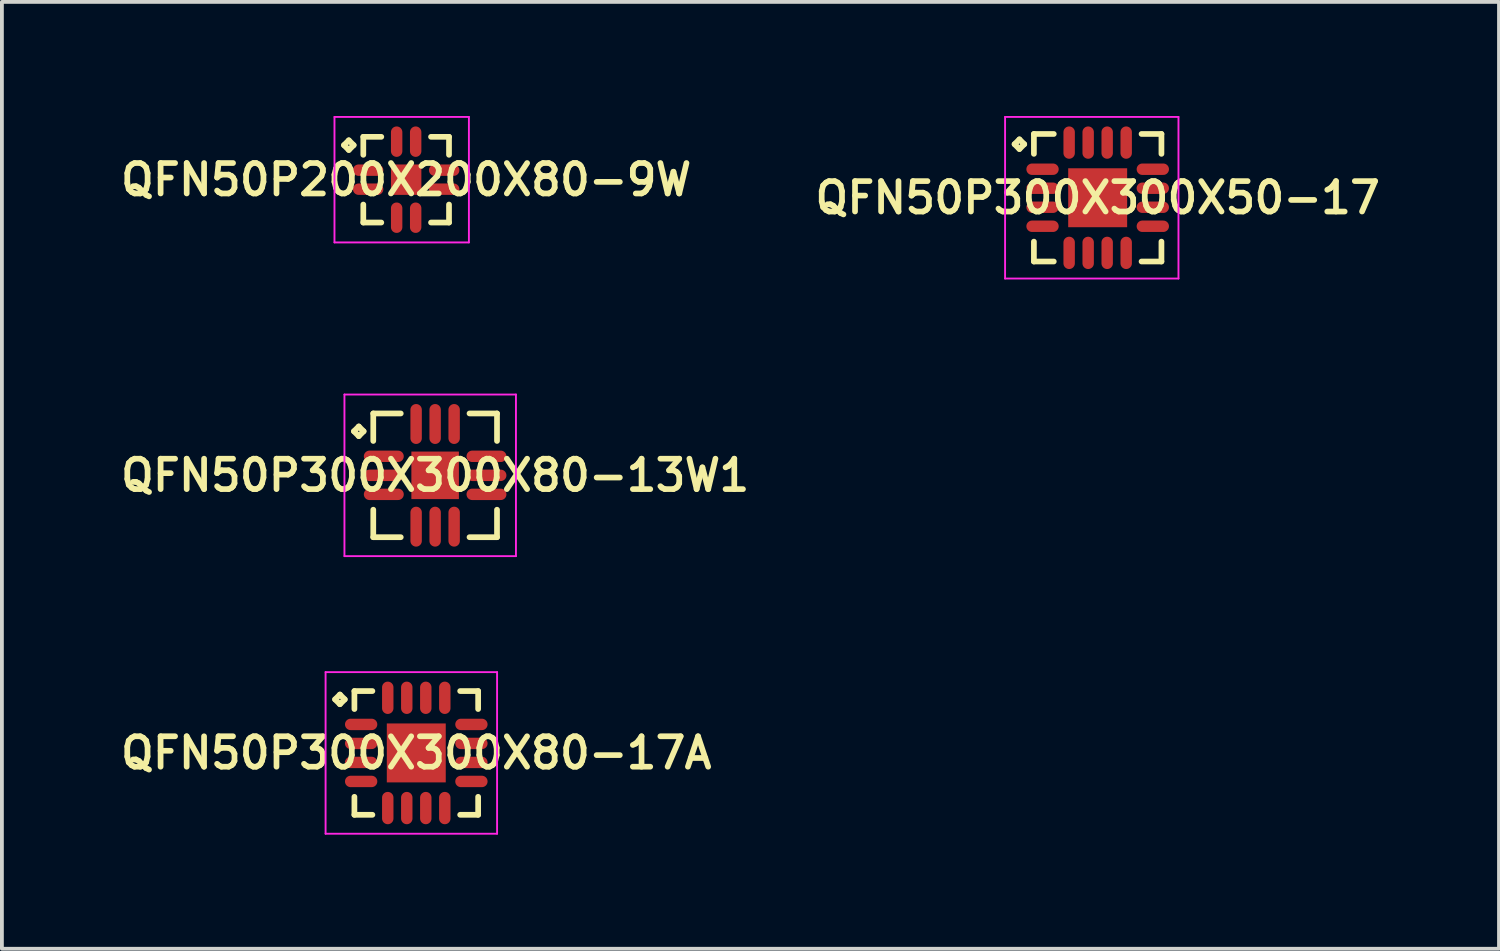
<source format=kicad_pcb>
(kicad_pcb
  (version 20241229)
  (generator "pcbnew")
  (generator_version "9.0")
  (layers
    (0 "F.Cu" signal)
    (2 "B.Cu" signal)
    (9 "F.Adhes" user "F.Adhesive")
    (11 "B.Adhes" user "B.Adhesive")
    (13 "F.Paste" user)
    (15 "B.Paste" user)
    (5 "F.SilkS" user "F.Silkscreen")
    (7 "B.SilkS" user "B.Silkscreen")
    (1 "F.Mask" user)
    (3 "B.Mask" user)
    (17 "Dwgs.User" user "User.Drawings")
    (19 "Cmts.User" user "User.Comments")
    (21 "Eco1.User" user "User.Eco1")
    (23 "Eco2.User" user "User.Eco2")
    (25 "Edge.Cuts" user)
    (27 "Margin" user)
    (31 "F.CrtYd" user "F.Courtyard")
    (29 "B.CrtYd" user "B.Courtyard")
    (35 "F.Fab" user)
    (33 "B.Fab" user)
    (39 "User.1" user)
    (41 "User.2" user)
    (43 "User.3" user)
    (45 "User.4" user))
  (footprint "QFN50P200X200X80-9W"
    (layer "F.Cu")
    (at 7.631 1.675)
    (property "Reference" "QFN50P200X200X80-9W" (at 0 0 0) (layer "F.SilkS") (effects (font (size 0.8 0.8) (thickness 0.15))))
    (attr smd)
    (fp_line (start -1.635 -0.908) (end -1.508 -1.035) (stroke (width 0.15) (type solid)) (layer "F.SilkS"))
    (fp_line (start -1.508 -1.035) (end -1.381 -0.908) (stroke (width 0.15) (type solid)) (layer "F.SilkS"))
    (fp_line (start -1.508 -0.781) (end -1.635 -0.908) (stroke (width 0.15) (type solid)) (layer "F.SilkS"))
    (fp_line (start -1.381 -0.908) (end -1.508 -0.781) (stroke (width 0.15) (type solid)) (layer "F.SilkS"))
    (fp_line (start -1.127 -1.127) (end -0.654 -1.127) (stroke (width 0.15) (type solid)) (layer "F.SilkS"))
    (fp_line (start -1.127 -0.654) (end -1.127 -1.127) (stroke (width 0.15) (type solid)) (layer "F.SilkS"))
    (fp_line (start -1.127 0.654) (end -1.127 1.127) (stroke (width 0.15) (type solid)) (layer "F.SilkS"))
    (fp_line (start -1.127 1.127) (end -0.654 1.127) (stroke (width 0.15) (type solid)) (layer "F.SilkS"))
    (fp_line (start 0.654 -1.127) (end 1.127 -1.127) (stroke (width 0.15) (type solid)) (layer "F.SilkS"))
    (fp_line (start 0.654 1.127) (end 1.127 1.127) (stroke (width 0.15) (type solid)) (layer "F.SilkS"))
    (fp_line (start 1.127 -1.127) (end 1.127 -0.654) (stroke (width 0.15) (type solid)) (layer "F.SilkS"))
    (fp_line (start 1.127 1.127) (end 1.127 0.654) (stroke (width 0.15) (type solid)) (layer "F.SilkS"))
    (fp_line (start -1.885 -1.65) (end 1.65 -1.65) (stroke (width 0.05) (type solid)) (layer "F.CrtYd"))
    (fp_line (start -1.885 1.65) (end -1.885 -1.65) (stroke (width 0.05) (type solid)) (layer "F.CrtYd"))
    (fp_line (start 1.65 -1.65) (end 1.65 1.65) (stroke (width 0.05) (type solid)) (layer "F.CrtYd"))
    (fp_line (start 1.65 1.65) (end -1.885 1.65) (stroke (width 0.05) (type solid)) (layer "F.CrtYd"))
    (pad "1" smd oval (at -1 -0.25) (size 0.8 0.3) (layers "F.Cu" "F.Mask" "F.Paste"))
    (pad "2" smd oval (at -1 0.25) (size 0.8 0.3) (layers "F.Cu" "F.Mask" "F.Paste"))
    (pad "3" smd oval (at -0.25 1) (size 0.3 0.8) (layers "F.Cu" "F.Mask" "F.Paste"))
    (pad "4" smd oval (at 0.25 1) (size 0.3 0.8) (layers "F.Cu" "F.Mask" "F.Paste"))
    (pad "5" smd oval (at 1 0.25) (size 0.8 0.3) (layers "F.Cu" "F.Mask" "F.Paste"))
    (pad "6" smd oval (at 1 -0.25) (size 0.8 0.3) (layers "F.Cu" "F.Mask" "F.Paste"))
    (pad "7" smd oval (at 0.25 -1) (size 0.3 0.8) (layers "F.Cu" "F.Mask" "F.Paste"))
    (pad "8" smd oval (at -0.25 -1) (size 0.3 0.8) (layers "F.Cu" "F.Mask" "F.Paste"))
    (pad "9" smd rect (at 0 0) (size 0.8 0.8) (layers "F.Cu" "F.Mask" "F.Paste")))
  (footprint "QFN50P300X300X50-17"
    (layer "F.Cu")
    (at 25.816 2.15)
    (property "Reference" "QFN50P300X300X50-17" (at 0 0 0) (layer "F.SilkS") (effects (font (size 0.8 0.8) (thickness 0.15))))
    (attr smd)
    (fp_line (start -2.185 -1.408) (end -2.058 -1.535) (stroke (width 0.15) (type solid)) (layer "F.SilkS"))
    (fp_line (start -2.058 -1.535) (end -1.931 -1.408) (stroke (width 0.15) (type solid)) (layer "F.SilkS"))
    (fp_line (start -2.058 -1.281) (end -2.185 -1.408) (stroke (width 0.15) (type solid)) (layer "F.SilkS"))
    (fp_line (start -1.931 -1.408) (end -2.058 -1.281) (stroke (width 0.15) (type solid)) (layer "F.SilkS"))
    (fp_line (start -1.677 -1.677) (end -1.154 -1.677) (stroke (width 0.15) (type solid)) (layer "F.SilkS"))
    (fp_line (start -1.677 -1.154) (end -1.677 -1.677) (stroke (width 0.15) (type solid)) (layer "F.SilkS"))
    (fp_line (start -1.677 1.154) (end -1.677 1.677) (stroke (width 0.15) (type solid)) (layer "F.SilkS"))
    (fp_line (start -1.677 1.677) (end -1.154 1.677) (stroke (width 0.15) (type solid)) (layer "F.SilkS"))
    (fp_line (start 1.154 -1.677) (end 1.677 -1.677) (stroke (width 0.15) (type solid)) (layer "F.SilkS"))
    (fp_line (start 1.154 1.677) (end 1.677 1.677) (stroke (width 0.15) (type solid)) (layer "F.SilkS"))
    (fp_line (start 1.677 -1.677) (end 1.677 -1.154) (stroke (width 0.15) (type solid)) (layer "F.SilkS"))
    (fp_line (start 1.677 1.677) (end 1.677 1.154) (stroke (width 0.15) (type solid)) (layer "F.SilkS"))
    (fp_line (start -2.435 -2.125) (end 2.125 -2.125) (stroke (width 0.05) (type solid)) (layer "F.CrtYd"))
    (fp_line (start -2.435 2.125) (end -2.435 -2.125) (stroke (width 0.05) (type solid)) (layer "F.CrtYd"))
    (fp_line (start 2.125 -2.125) (end 2.125 2.125) (stroke (width 0.05) (type solid)) (layer "F.CrtYd"))
    (fp_line (start 2.125 2.125) (end -2.435 2.125) (stroke (width 0.05) (type solid)) (layer "F.CrtYd"))
    (pad "1" smd oval (at -1.45 -0.75) (size 0.85 0.3) (layers "F.Cu" "F.Mask" "F.Paste"))
    (pad "2" smd oval (at -1.45 -0.25) (size 0.85 0.3) (layers "F.Cu" "F.Mask" "F.Paste"))
    (pad "3" smd oval (at -1.45 0.25) (size 0.85 0.3) (layers "F.Cu" "F.Mask" "F.Paste"))
    (pad "4" smd oval (at -1.45 0.75) (size 0.85 0.3) (layers "F.Cu" "F.Mask" "F.Paste"))
    (pad "5" smd oval (at -0.75 1.45) (size 0.3 0.85) (layers "F.Cu" "F.Mask" "F.Paste"))
    (pad "6" smd oval (at -0.25 1.45) (size 0.3 0.85) (layers "F.Cu" "F.Mask" "F.Paste"))
    (pad "7" smd oval (at 0.25 1.45) (size 0.3 0.85) (layers "F.Cu" "F.Mask" "F.Paste"))
    (pad "8" smd oval (at 0.75 1.45) (size 0.3 0.85) (layers "F.Cu" "F.Mask" "F.Paste"))
    (pad "9" smd oval (at 1.45 0.75) (size 0.85 0.3) (layers "F.Cu" "F.Mask" "F.Paste"))
    (pad "10" smd oval (at 1.45 0.25) (size 0.85 0.3) (layers "F.Cu" "F.Mask" "F.Paste"))
    (pad "11" smd oval (at 1.45 -0.25) (size 0.85 0.3) (layers "F.Cu" "F.Mask" "F.Paste"))
    (pad "12" smd oval (at 1.45 -0.75) (size 0.85 0.3) (layers "F.Cu" "F.Mask" "F.Paste"))
    (pad "13" smd oval (at 0.75 -1.45) (size 0.3 0.85) (layers "F.Cu" "F.Mask" "F.Paste"))
    (pad "14" smd oval (at 0.25 -1.45) (size 0.3 0.85) (layers "F.Cu" "F.Mask" "F.Paste"))
    (pad "15" smd oval (at -0.25 -1.45) (size 0.3 0.85) (layers "F.Cu" "F.Mask" "F.Paste"))
    (pad "16" smd oval (at -0.75 -1.45) (size 0.3 0.85) (layers "F.Cu" "F.Mask" "F.Paste"))
    (pad "17" smd rect (at 0 0) (size 1.55 1.55) (layers "F.Cu" "F.Mask" "F.Paste")))
  (footprint "QFN50P300X300X80-13W1"
    (layer "F.Cu")
    (at 8.393 9.45)
    (property "Reference" "QFN50P300X300X80-13W1" (at 0 0 0) (layer "F.SilkS") (effects (font (size 0.8 0.8) (thickness 0.15))))
    (attr smd)
    (fp_line (start -2.135 -1.158) (end -2.008 -1.285) (stroke (width 0.15) (type solid)) (layer "F.SilkS"))
    (fp_line (start -2.008 -1.285) (end -1.881 -1.158) (stroke (width 0.15) (type solid)) (layer "F.SilkS"))
    (fp_line (start -2.008 -1.031) (end -2.135 -1.158) (stroke (width 0.15) (type solid)) (layer "F.SilkS"))
    (fp_line (start -1.881 -1.158) (end -2.008 -1.031) (stroke (width 0.15) (type solid)) (layer "F.SilkS"))
    (fp_line (start -1.627 -1.627) (end -0.904 -1.627) (stroke (width 0.15) (type solid)) (layer "F.SilkS"))
    (fp_line (start -1.627 -0.904) (end -1.627 -1.627) (stroke (width 0.15) (type solid)) (layer "F.SilkS"))
    (fp_line (start -1.627 0.904) (end -1.627 1.627) (stroke (width 0.15) (type solid)) (layer "F.SilkS"))
    (fp_line (start -1.627 1.627) (end -0.904 1.627) (stroke (width 0.15) (type solid)) (layer "F.SilkS"))
    (fp_line (start 0.904 -1.627) (end 1.627 -1.627) (stroke (width 0.15) (type solid)) (layer "F.SilkS"))
    (fp_line (start 0.904 1.627) (end 1.627 1.627) (stroke (width 0.15) (type solid)) (layer "F.SilkS"))
    (fp_line (start 1.627 -1.627) (end 1.627 -0.904) (stroke (width 0.15) (type solid)) (layer "F.SilkS"))
    (fp_line (start 1.627 1.627) (end 1.627 0.904) (stroke (width 0.15) (type solid)) (layer "F.SilkS"))
    (fp_line (start -2.385 -2.125) (end 2.125 -2.125) (stroke (width 0.05) (type solid)) (layer "F.CrtYd"))
    (fp_line (start -2.385 2.125) (end -2.385 -2.125) (stroke (width 0.05) (type solid)) (layer "F.CrtYd"))
    (fp_line (start 2.125 -2.125) (end 2.125 2.125) (stroke (width 0.05) (type solid)) (layer "F.CrtYd"))
    (fp_line (start 2.125 2.125) (end -2.385 2.125) (stroke (width 0.05) (type solid)) (layer "F.CrtYd"))
    (pad "1" smd oval (at -1.35 -0.5) (size 1.05 0.3) (layers "F.Cu" "F.Mask" "F.Paste"))
    (pad "2" smd oval (at -1.35 0) (size 1.05 0.3) (layers "F.Cu" "F.Mask" "F.Paste"))
    (pad "3" smd oval (at -1.35 0.5) (size 1.05 0.3) (layers "F.Cu" "F.Mask" "F.Paste"))
    (pad "4" smd oval (at -0.5 1.35) (size 0.3 1.05) (layers "F.Cu" "F.Mask" "F.Paste"))
    (pad "5" smd oval (at 0 1.35) (size 0.3 1.05) (layers "F.Cu" "F.Mask" "F.Paste"))
    (pad "6" smd oval (at 0.5 1.35) (size 0.3 1.05) (layers "F.Cu" "F.Mask" "F.Paste"))
    (pad "7" smd oval (at 1.35 0.5) (size 1.05 0.3) (layers "F.Cu" "F.Mask" "F.Paste"))
    (pad "8" smd oval (at 1.35 0) (size 1.05 0.3) (layers "F.Cu" "F.Mask" "F.Paste"))
    (pad "9" smd oval (at 1.35 -0.5) (size 1.05 0.3) (layers "F.Cu" "F.Mask" "F.Paste"))
    (pad "10" smd oval (at 0.5 -1.35) (size 0.3 1.05) (layers "F.Cu" "F.Mask" "F.Paste"))
    (pad "11" smd oval (at 0 -1.35) (size 0.3 1.05) (layers "F.Cu" "F.Mask" "F.Paste"))
    (pad "12" smd oval (at -0.5 -1.35) (size 0.3 1.05) (layers "F.Cu" "F.Mask" "F.Paste"))
    (pad "13" smd rect (at 0 0) (size 1.25 1.25) (layers "F.Cu" "F.Mask" "F.Paste")))
  (footprint "QFN50P300X300X80-17A"
    (layer "F.Cu")
    (at 7.897 16.75)
    (property "Reference" "QFN50P300X300X80-17A" (at 0 0 0) (layer "F.SilkS") (effects (font (size 0.8 0.8) (thickness 0.15))))
    (attr smd)
    (fp_line (start -2.135 -1.408) (end -2.008 -1.535) (stroke (width 0.15) (type solid)) (layer "F.SilkS"))
    (fp_line (start -2.008 -1.535) (end -1.881 -1.408) (stroke (width 0.15) (type solid)) (layer "F.SilkS"))
    (fp_line (start -2.008 -1.281) (end -2.135 -1.408) (stroke (width 0.15) (type solid)) (layer "F.SilkS"))
    (fp_line (start -1.881 -1.408) (end -2.008 -1.281) (stroke (width 0.15) (type solid)) (layer "F.SilkS"))
    (fp_line (start -1.627 -1.627) (end -1.154 -1.627) (stroke (width 0.15) (type solid)) (layer "F.SilkS"))
    (fp_line (start -1.627 -1.154) (end -1.627 -1.627) (stroke (width 0.15) (type solid)) (layer "F.SilkS"))
    (fp_line (start -1.627 1.154) (end -1.627 1.627) (stroke (width 0.15) (type solid)) (layer "F.SilkS"))
    (fp_line (start -1.627 1.627) (end -1.154 1.627) (stroke (width 0.15) (type solid)) (layer "F.SilkS"))
    (fp_line (start 1.154 -1.627) (end 1.627 -1.627) (stroke (width 0.15) (type solid)) (layer "F.SilkS"))
    (fp_line (start 1.154 1.627) (end 1.627 1.627) (stroke (width 0.15) (type solid)) (layer "F.SilkS"))
    (fp_line (start 1.627 -1.627) (end 1.627 -1.154) (stroke (width 0.15) (type solid)) (layer "F.SilkS"))
    (fp_line (start 1.627 1.627) (end 1.627 1.154) (stroke (width 0.15) (type solid)) (layer "F.SilkS"))
    (fp_line (start -2.385 -2.125) (end 2.125 -2.125) (stroke (width 0.05) (type solid)) (layer "F.CrtYd"))
    (fp_line (start -2.385 2.125) (end -2.385 -2.125) (stroke (width 0.05) (type solid)) (layer "F.CrtYd"))
    (fp_line (start 2.125 -2.125) (end 2.125 2.125) (stroke (width 0.05) (type solid)) (layer "F.CrtYd"))
    (fp_line (start 2.125 2.125) (end -2.385 2.125) (stroke (width 0.05) (type solid)) (layer "F.CrtYd"))
    (pad "1" smd oval (at -1.45 -0.75) (size 0.85 0.3) (layers "F.Cu" "F.Mask" "F.Paste"))
    (pad "2" smd oval (at -1.45 -0.25) (size 0.85 0.3) (layers "F.Cu" "F.Mask" "F.Paste"))
    (pad "3" smd oval (at -1.45 0.25) (size 0.85 0.3) (layers "F.Cu" "F.Mask" "F.Paste"))
    (pad "4" smd oval (at -1.45 0.75) (size 0.85 0.3) (layers "F.Cu" "F.Mask" "F.Paste"))
    (pad "5" smd oval (at -0.75 1.45) (size 0.3 0.85) (layers "F.Cu" "F.Mask" "F.Paste"))
    (pad "6" smd oval (at -0.25 1.45) (size 0.3 0.85) (layers "F.Cu" "F.Mask" "F.Paste"))
    (pad "7" smd oval (at 0.25 1.45) (size 0.3 0.85) (layers "F.Cu" "F.Mask" "F.Paste"))
    (pad "8" smd oval (at 0.75 1.45) (size 0.3 0.85) (layers "F.Cu" "F.Mask" "F.Paste"))
    (pad "9" smd oval (at 1.45 0.75) (size 0.85 0.3) (layers "F.Cu" "F.Mask" "F.Paste"))
    (pad "10" smd oval (at 1.45 0.25) (size 0.85 0.3) (layers "F.Cu" "F.Mask" "F.Paste"))
    (pad "11" smd oval (at 1.45 -0.25) (size 0.85 0.3) (layers "F.Cu" "F.Mask" "F.Paste"))
    (pad "12" smd oval (at 1.45 -0.75) (size 0.85 0.3) (layers "F.Cu" "F.Mask" "F.Paste"))
    (pad "13" smd oval (at 0.75 -1.45) (size 0.3 0.85) (layers "F.Cu" "F.Mask" "F.Paste"))
    (pad "14" smd oval (at 0.25 -1.45) (size 0.3 0.85) (layers "F.Cu" "F.Mask" "F.Paste"))
    (pad "15" smd oval (at -0.25 -1.45) (size 0.3 0.85) (layers "F.Cu" "F.Mask" "F.Paste"))
    (pad "16" smd oval (at -0.75 -1.45) (size 0.3 0.85) (layers "F.Cu" "F.Mask" "F.Paste"))
    (pad "17" smd rect (at 0 0) (size 1.55 1.55) (layers "F.Cu" "F.Mask" "F.Paste")))
  (gr_rect
    (start -3 -3)
    (end 36.37 21.9)
    (stroke (width 0.1) (type default))
    (fill no)
    (layer "Edge.Cuts")))
</source>
